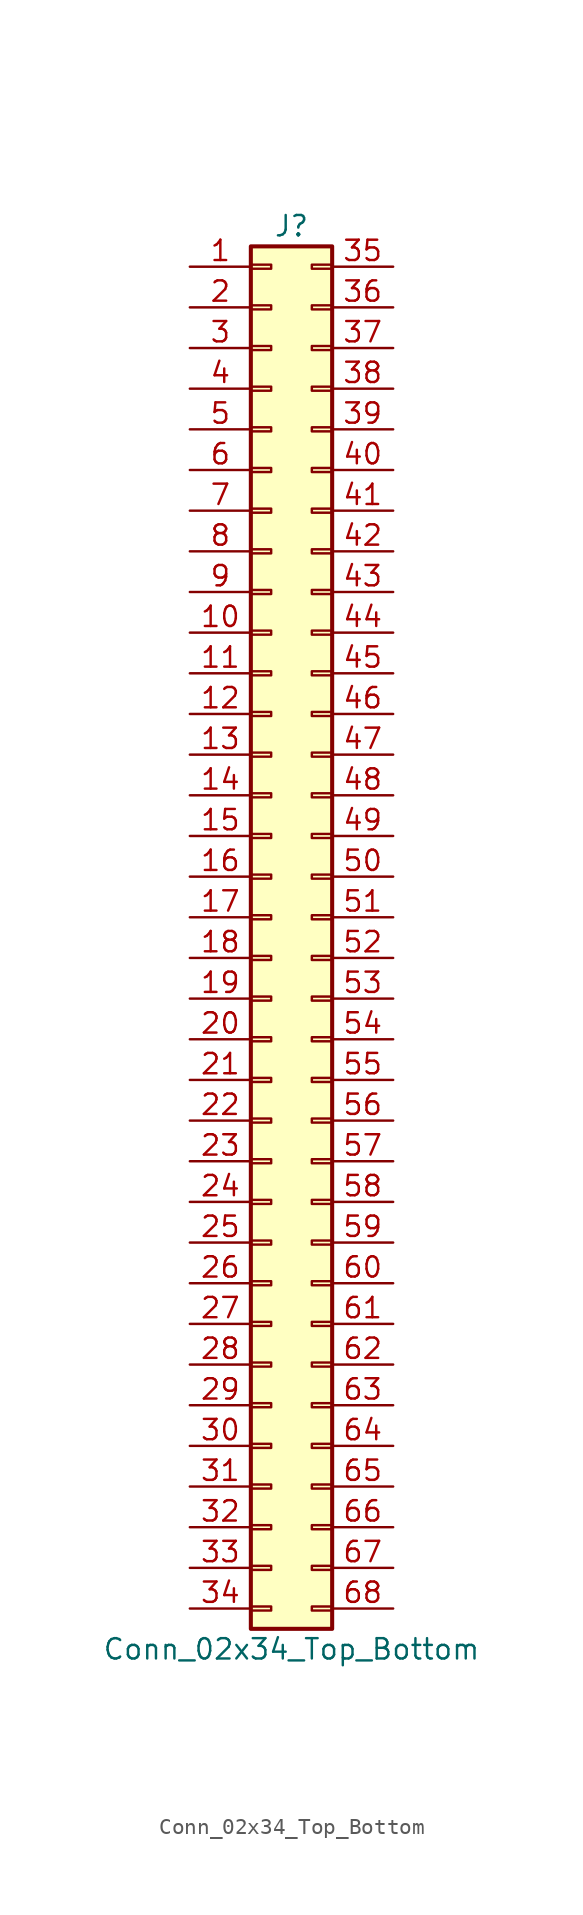
<source format=kicad_sym>
(kicad_symbol_lib
  (version 20201005)
  (generator kicad_symbol_editor)
  (symbol "Conn_02x34_Top_Bottom"
    (pin_names
      (offset 1.016) hide)
    (property "Reference" "J"
      (at 1.27 43.18 0)
      (effects (font (size 1.27 1.27))))
    (property "Value" "Conn_02x34_Top_Bottom"
      (at 1.27 -45.72 0)
      (effects (font (size 1.27 1.27))))
    (symbol "Conn_02x34_Top_Bottom_1_1"
      (rectangle (start -1.27 -43.053) (end 0 -43.307) (stroke (width 0.152)) (fill (type none)))
      (rectangle (start -1.27 -40.513) (end 0 -40.767) (stroke (width 0.152)) (fill (type none)))
      (rectangle (start -1.27 -37.973) (end 0 -38.227) (stroke (width 0.152)) (fill (type none)))
      (rectangle (start -1.27 -35.433) (end 0 -35.687) (stroke (width 0.152)) (fill (type none)))
      (rectangle (start -1.27 -32.893) (end 0 -33.147) (stroke (width 0.152)) (fill (type none)))
      (rectangle (start -1.27 -30.353) (end 0 -30.607) (stroke (width 0.152)) (fill (type none)))
      (rectangle (start -1.27 -27.813) (end 0 -28.067) (stroke (width 0.152)) (fill (type none)))
      (rectangle (start -1.27 -25.273) (end 0 -25.527) (stroke (width 0.152)) (fill (type none)))
      (rectangle (start -1.27 -22.733) (end 0 -22.987) (stroke (width 0.152)) (fill (type none)))
      (rectangle (start -1.27 -20.193) (end 0 -20.447) (stroke (width 0.152)) (fill (type none)))
      (rectangle (start -1.27 -17.653) (end 0 -17.907) (stroke (width 0.152)) (fill (type none)))
      (rectangle (start -1.27 -15.113) (end 0 -15.367) (stroke (width 0.152)) (fill (type none)))
      (rectangle (start -1.27 -12.573) (end 0 -12.827) (stroke (width 0.152)) (fill (type none)))
      (rectangle (start -1.27 -10.033) (end 0 -10.287) (stroke (width 0.152)) (fill (type none)))
      (rectangle (start -1.27 -7.493) (end 0 -7.747) (stroke (width 0.152)) (fill (type none)))
      (rectangle (start -1.27 -4.953) (end 0 -5.207) (stroke (width 0.152)) (fill (type none)))
      (rectangle (start -1.27 -2.413) (end 0 -2.667) (stroke (width 0.152)) (fill (type none)))
      (rectangle (start -1.27 0.127) (end 0 -0.127) (stroke (width 0.152)) (fill (type none)))
      (rectangle (start -1.27 2.667) (end 0 2.413) (stroke (width 0.152)) (fill (type none)))
      (rectangle (start -1.27 5.207) (end 0 4.953) (stroke (width 0.152)) (fill (type none)))
      (rectangle (start -1.27 7.747) (end 0 7.493) (stroke (width 0.152)) (fill (type none)))
      (rectangle (start -1.27 10.287) (end 0 10.033) (stroke (width 0.152)) (fill (type none)))
      (rectangle (start -1.27 12.827) (end 0 12.573) (stroke (width 0.152)) (fill (type none)))
      (rectangle (start -1.27 15.367) (end 0 15.113) (stroke (width 0.152)) (fill (type none)))
      (rectangle (start -1.27 17.907) (end 0 17.653) (stroke (width 0.152)) (fill (type none)))
      (rectangle (start -1.27 20.447) (end 0 20.193) (stroke (width 0.152)) (fill (type none)))
      (rectangle (start -1.27 22.987) (end 0 22.733) (stroke (width 0.152)) (fill (type none)))
      (rectangle (start -1.27 25.527) (end 0 25.273) (stroke (width 0.152)) (fill (type none)))
      (rectangle (start -1.27 28.067) (end 0 27.813) (stroke (width 0.152)) (fill (type none)))
      (rectangle (start -1.27 30.607) (end 0 30.353) (stroke (width 0.152)) (fill (type none)))
      (rectangle (start -1.27 33.147) (end 0 32.893) (stroke (width 0.152)) (fill (type none)))
      (rectangle (start -1.27 35.687) (end 0 35.433) (stroke (width 0.152)) (fill (type none)))
      (rectangle (start -1.27 38.227) (end 0 37.973) (stroke (width 0.152)) (fill (type none)))
      (rectangle (start -1.27 40.767) (end 0 40.513) (stroke (width 0.152)) (fill (type none)))
      (rectangle (start -1.27 41.91) (end 3.81 -44.45) (stroke (width 0.254)) (fill (type background)))
      (rectangle (start 3.81 -43.053) (end 2.54 -43.307) (stroke (width 0.152)) (fill (type none)))
      (rectangle (start 3.81 -40.513) (end 2.54 -40.767) (stroke (width 0.152)) (fill (type none)))
      (rectangle (start 3.81 -37.973) (end 2.54 -38.227) (stroke (width 0.152)) (fill (type none)))
      (rectangle (start 3.81 -35.433) (end 2.54 -35.687) (stroke (width 0.152)) (fill (type none)))
      (rectangle (start 3.81 -32.893) (end 2.54 -33.147) (stroke (width 0.152)) (fill (type none)))
      (rectangle (start 3.81 -30.353) (end 2.54 -30.607) (stroke (width 0.152)) (fill (type none)))
      (rectangle (start 3.81 -27.813) (end 2.54 -28.067) (stroke (width 0.152)) (fill (type none)))
      (rectangle (start 3.81 -25.273) (end 2.54 -25.527) (stroke (width 0.152)) (fill (type none)))
      (rectangle (start 3.81 -22.733) (end 2.54 -22.987) (stroke (width 0.152)) (fill (type none)))
      (rectangle (start 3.81 -20.193) (end 2.54 -20.447) (stroke (width 0.152)) (fill (type none)))
      (rectangle (start 3.81 -17.653) (end 2.54 -17.907) (stroke (width 0.152)) (fill (type none)))
      (rectangle (start 3.81 -15.113) (end 2.54 -15.367) (stroke (width 0.152)) (fill (type none)))
      (rectangle (start 3.81 -12.573) (end 2.54 -12.827) (stroke (width 0.152)) (fill (type none)))
      (rectangle (start 3.81 -10.033) (end 2.54 -10.287) (stroke (width 0.152)) (fill (type none)))
      (rectangle (start 3.81 -7.493) (end 2.54 -7.747) (stroke (width 0.152)) (fill (type none)))
      (rectangle (start 3.81 -4.953) (end 2.54 -5.207) (stroke (width 0.152)) (fill (type none)))
      (rectangle (start 3.81 -2.413) (end 2.54 -2.667) (stroke (width 0.152)) (fill (type none)))
      (rectangle (start 3.81 0.127) (end 2.54 -0.127) (stroke (width 0.152)) (fill (type none)))
      (rectangle (start 3.81 2.667) (end 2.54 2.413) (stroke (width 0.152)) (fill (type none)))
      (rectangle (start 3.81 5.207) (end 2.54 4.953) (stroke (width 0.152)) (fill (type none)))
      (rectangle (start 3.81 7.747) (end 2.54 7.493) (stroke (width 0.152)) (fill (type none)))
      (rectangle (start 3.81 10.287) (end 2.54 10.033) (stroke (width 0.152)) (fill (type none)))
      (rectangle (start 3.81 12.827) (end 2.54 12.573) (stroke (width 0.152)) (fill (type none)))
      (rectangle (start 3.81 15.367) (end 2.54 15.113) (stroke (width 0.152)) (fill (type none)))
      (rectangle (start 3.81 17.907) (end 2.54 17.653) (stroke (width 0.152)) (fill (type none)))
      (rectangle (start 3.81 20.447) (end 2.54 20.193) (stroke (width 0.152)) (fill (type none)))
      (rectangle (start 3.81 22.987) (end 2.54 22.733) (stroke (width 0.152)) (fill (type none)))
      (rectangle (start 3.81 25.527) (end 2.54 25.273) (stroke (width 0.152)) (fill (type none)))
      (rectangle (start 3.81 28.067) (end 2.54 27.813) (stroke (width 0.152)) (fill (type none)))
      (rectangle (start 3.81 30.607) (end 2.54 30.353) (stroke (width 0.152)) (fill (type none)))
      (rectangle (start 3.81 33.147) (end 2.54 32.893) (stroke (width 0.152)) (fill (type none)))
      (rectangle (start 3.81 35.687) (end 2.54 35.433) (stroke (width 0.152)) (fill (type none)))
      (rectangle (start 3.81 38.227) (end 2.54 37.973) (stroke (width 0.152)) (fill (type none)))
      (rectangle (start 3.81 40.767) (end 2.54 40.513) (stroke (width 0.152)) (fill (type none)))
      (pin passive line (at -5.08 40.64 0) (length 3.81) (name "Pin_1" (effects (font (size 1.27 1.27)))) (number "1" (effects (font (size 1.27 1.27)))))
      (pin passive line (at -5.08 17.78 0) (length 3.81) (name "Pin_10" (effects (font (size 1.27 1.27)))) (number "10" (effects (font (size 1.27 1.27)))))
      (pin passive line (at -5.08 15.24 0) (length 3.81) (name "Pin_11" (effects (font (size 1.27 1.27)))) (number "11" (effects (font (size 1.27 1.27)))))
      (pin passive line (at -5.08 12.7 0) (length 3.81) (name "Pin_12" (effects (font (size 1.27 1.27)))) (number "12" (effects (font (size 1.27 1.27)))))
      (pin passive line (at -5.08 10.16 0) (length 3.81) (name "Pin_13" (effects (font (size 1.27 1.27)))) (number "13" (effects (font (size 1.27 1.27)))))
      (pin passive line (at -5.08 7.62 0) (length 3.81) (name "Pin_14" (effects (font (size 1.27 1.27)))) (number "14" (effects (font (size 1.27 1.27)))))
      (pin passive line (at -5.08 5.08 0) (length 3.81) (name "Pin_15" (effects (font (size 1.27 1.27)))) (number "15" (effects (font (size 1.27 1.27)))))
      (pin passive line (at -5.08 2.54 0) (length 3.81) (name "Pin_16" (effects (font (size 1.27 1.27)))) (number "16" (effects (font (size 1.27 1.27)))))
      (pin passive line (at -5.08 0 0) (length 3.81) (name "Pin_17" (effects (font (size 1.27 1.27)))) (number "17" (effects (font (size 1.27 1.27)))))
      (pin passive line (at -5.08 -2.54 0) (length 3.81) (name "Pin_18" (effects (font (size 1.27 1.27)))) (number "18" (effects (font (size 1.27 1.27)))))
      (pin passive line (at -5.08 -5.08 0) (length 3.81) (name "Pin_19" (effects (font (size 1.27 1.27)))) (number "19" (effects (font (size 1.27 1.27)))))
      (pin passive line (at -5.08 38.1 0) (length 3.81) (name "Pin_2" (effects (font (size 1.27 1.27)))) (number "2" (effects (font (size 1.27 1.27)))))
      (pin passive line (at -5.08 -7.62 0) (length 3.81) (name "Pin_20" (effects (font (size 1.27 1.27)))) (number "20" (effects (font (size 1.27 1.27)))))
      (pin passive line (at -5.08 -10.16 0) (length 3.81) (name "Pin_21" (effects (font (size 1.27 1.27)))) (number "21" (effects (font (size 1.27 1.27)))))
      (pin passive line (at -5.08 -12.7 0) (length 3.81) (name "Pin_22" (effects (font (size 1.27 1.27)))) (number "22" (effects (font (size 1.27 1.27)))))
      (pin passive line (at -5.08 -15.24 0) (length 3.81) (name "Pin_23" (effects (font (size 1.27 1.27)))) (number "23" (effects (font (size 1.27 1.27)))))
      (pin passive line (at -5.08 -17.78 0) (length 3.81) (name "Pin_24" (effects (font (size 1.27 1.27)))) (number "24" (effects (font (size 1.27 1.27)))))
      (pin passive line (at -5.08 -20.32 0) (length 3.81) (name "Pin_25" (effects (font (size 1.27 1.27)))) (number "25" (effects (font (size 1.27 1.27)))))
      (pin passive line (at -5.08 -22.86 0) (length 3.81) (name "Pin_26" (effects (font (size 1.27 1.27)))) (number "26" (effects (font (size 1.27 1.27)))))
      (pin passive line (at -5.08 -25.4 0) (length 3.81) (name "Pin_27" (effects (font (size 1.27 1.27)))) (number "27" (effects (font (size 1.27 1.27)))))
      (pin passive line (at -5.08 -27.94 0) (length 3.81) (name "Pin_28" (effects (font (size 1.27 1.27)))) (number "28" (effects (font (size 1.27 1.27)))))
      (pin passive line (at -5.08 -30.48 0) (length 3.81) (name "Pin_29" (effects (font (size 1.27 1.27)))) (number "29" (effects (font (size 1.27 1.27)))))
      (pin passive line (at -5.08 35.56 0) (length 3.81) (name "Pin_3" (effects (font (size 1.27 1.27)))) (number "3" (effects (font (size 1.27 1.27)))))
      (pin passive line (at -5.08 -33.02 0) (length 3.81) (name "Pin_30" (effects (font (size 1.27 1.27)))) (number "30" (effects (font (size 1.27 1.27)))))
      (pin passive line (at -5.08 -35.56 0) (length 3.81) (name "Pin_31" (effects (font (size 1.27 1.27)))) (number "31" (effects (font (size 1.27 1.27)))))
      (pin passive line (at -5.08 -38.1 0) (length 3.81) (name "Pin_32" (effects (font (size 1.27 1.27)))) (number "32" (effects (font (size 1.27 1.27)))))
      (pin passive line (at -5.08 -40.64 0) (length 3.81) (name "Pin_33" (effects (font (size 1.27 1.27)))) (number "33" (effects (font (size 1.27 1.27)))))
      (pin passive line (at -5.08 -43.18 0) (length 3.81) (name "Pin_34" (effects (font (size 1.27 1.27)))) (number "34" (effects (font (size 1.27 1.27)))))
      (pin passive line (at 7.62 40.64 180) (length 3.81) (name "Pin_35" (effects (font (size 1.27 1.27)))) (number "35" (effects (font (size 1.27 1.27)))))
      (pin passive line (at 7.62 38.1 180) (length 3.81) (name "Pin_36" (effects (font (size 1.27 1.27)))) (number "36" (effects (font (size 1.27 1.27)))))
      (pin passive line (at 7.62 35.56 180) (length 3.81) (name "Pin_37" (effects (font (size 1.27 1.27)))) (number "37" (effects (font (size 1.27 1.27)))))
      (pin passive line (at 7.62 33.02 180) (length 3.81) (name "Pin_38" (effects (font (size 1.27 1.27)))) (number "38" (effects (font (size 1.27 1.27)))))
      (pin passive line (at 7.62 30.48 180) (length 3.81) (name "Pin_39" (effects (font (size 1.27 1.27)))) (number "39" (effects (font (size 1.27 1.27)))))
      (pin passive line (at -5.08 33.02 0) (length 3.81) (name "Pin_4" (effects (font (size 1.27 1.27)))) (number "4" (effects (font (size 1.27 1.27)))))
      (pin passive line (at 7.62 27.94 180) (length 3.81) (name "Pin_40" (effects (font (size 1.27 1.27)))) (number "40" (effects (font (size 1.27 1.27)))))
      (pin passive line (at 7.62 25.4 180) (length 3.81) (name "Pin_41" (effects (font (size 1.27 1.27)))) (number "41" (effects (font (size 1.27 1.27)))))
      (pin passive line (at 7.62 22.86 180) (length 3.81) (name "Pin_42" (effects (font (size 1.27 1.27)))) (number "42" (effects (font (size 1.27 1.27)))))
      (pin passive line (at 7.62 20.32 180) (length 3.81) (name "Pin_43" (effects (font (size 1.27 1.27)))) (number "43" (effects (font (size 1.27 1.27)))))
      (pin passive line (at 7.62 17.78 180) (length 3.81) (name "Pin_44" (effects (font (size 1.27 1.27)))) (number "44" (effects (font (size 1.27 1.27)))))
      (pin passive line (at 7.62 15.24 180) (length 3.81) (name "Pin_45" (effects (font (size 1.27 1.27)))) (number "45" (effects (font (size 1.27 1.27)))))
      (pin passive line (at 7.62 12.7 180) (length 3.81) (name "Pin_46" (effects (font (size 1.27 1.27)))) (number "46" (effects (font (size 1.27 1.27)))))
      (pin passive line (at 7.62 10.16 180) (length 3.81) (name "Pin_47" (effects (font (size 1.27 1.27)))) (number "47" (effects (font (size 1.27 1.27)))))
      (pin passive line (at 7.62 7.62 180) (length 3.81) (name "Pin_48" (effects (font (size 1.27 1.27)))) (number "48" (effects (font (size 1.27 1.27)))))
      (pin passive line (at 7.62 5.08 180) (length 3.81) (name "Pin_49" (effects (font (size 1.27 1.27)))) (number "49" (effects (font (size 1.27 1.27)))))
      (pin passive line (at -5.08 30.48 0) (length 3.81) (name "Pin_5" (effects (font (size 1.27 1.27)))) (number "5" (effects (font (size 1.27 1.27)))))
      (pin passive line (at 7.62 2.54 180) (length 3.81) (name "Pin_50" (effects (font (size 1.27 1.27)))) (number "50" (effects (font (size 1.27 1.27)))))
      (pin passive line (at 7.62 0 180) (length 3.81) (name "Pin_51" (effects (font (size 1.27 1.27)))) (number "51" (effects (font (size 1.27 1.27)))))
      (pin passive line (at 7.62 -2.54 180) (length 3.81) (name "Pin_52" (effects (font (size 1.27 1.27)))) (number "52" (effects (font (size 1.27 1.27)))))
      (pin passive line (at 7.62 -5.08 180) (length 3.81) (name "Pin_53" (effects (font (size 1.27 1.27)))) (number "53" (effects (font (size 1.27 1.27)))))
      (pin passive line (at 7.62 -7.62 180) (length 3.81) (name "Pin_54" (effects (font (size 1.27 1.27)))) (number "54" (effects (font (size 1.27 1.27)))))
      (pin passive line (at 7.62 -10.16 180) (length 3.81) (name "Pin_55" (effects (font (size 1.27 1.27)))) (number "55" (effects (font (size 1.27 1.27)))))
      (pin passive line (at 7.62 -12.7 180) (length 3.81) (name "Pin_56" (effects (font (size 1.27 1.27)))) (number "56" (effects (font (size 1.27 1.27)))))
      (pin passive line (at 7.62 -15.24 180) (length 3.81) (name "Pin_57" (effects (font (size 1.27 1.27)))) (number "57" (effects (font (size 1.27 1.27)))))
      (pin passive line (at 7.62 -17.78 180) (length 3.81) (name "Pin_58" (effects (font (size 1.27 1.27)))) (number "58" (effects (font (size 1.27 1.27)))))
      (pin passive line (at 7.62 -20.32 180) (length 3.81) (name "Pin_59" (effects (font (size 1.27 1.27)))) (number "59" (effects (font (size 1.27 1.27)))))
      (pin passive line (at -5.08 27.94 0) (length 3.81) (name "Pin_6" (effects (font (size 1.27 1.27)))) (number "6" (effects (font (size 1.27 1.27)))))
      (pin passive line (at 7.62 -22.86 180) (length 3.81) (name "Pin_60" (effects (font (size 1.27 1.27)))) (number "60" (effects (font (size 1.27 1.27)))))
      (pin passive line (at 7.62 -25.4 180) (length 3.81) (name "Pin_61" (effects (font (size 1.27 1.27)))) (number "61" (effects (font (size 1.27 1.27)))))
      (pin passive line (at 7.62 -27.94 180) (length 3.81) (name "Pin_62" (effects (font (size 1.27 1.27)))) (number "62" (effects (font (size 1.27 1.27)))))
      (pin passive line (at 7.62 -30.48 180) (length 3.81) (name "Pin_63" (effects (font (size 1.27 1.27)))) (number "63" (effects (font (size 1.27 1.27)))))
      (pin passive line (at 7.62 -33.02 180) (length 3.81) (name "Pin_64" (effects (font (size 1.27 1.27)))) (number "64" (effects (font (size 1.27 1.27)))))
      (pin passive line (at 7.62 -35.56 180) (length 3.81) (name "Pin_65" (effects (font (size 1.27 1.27)))) (number "65" (effects (font (size 1.27 1.27)))))
      (pin passive line (at 7.62 -38.1 180) (length 3.81) (name "Pin_66" (effects (font (size 1.27 1.27)))) (number "66" (effects (font (size 1.27 1.27)))))
      (pin passive line (at 7.62 -40.64 180) (length 3.81) (name "Pin_67" (effects (font (size 1.27 1.27)))) (number "67" (effects (font (size 1.27 1.27)))))
      (pin passive line (at 7.62 -43.18 180) (length 3.81) (name "Pin_68" (effects (font (size 1.27 1.27)))) (number "68" (effects (font (size 1.27 1.27)))))
      (pin passive line (at -5.08 25.4 0) (length 3.81) (name "Pin_7" (effects (font (size 1.27 1.27)))) (number "7" (effects (font (size 1.27 1.27)))))
      (pin passive line (at -5.08 22.86 0) (length 3.81) (name "Pin_8" (effects (font (size 1.27 1.27)))) (number "8" (effects (font (size 1.27 1.27)))))
      (pin passive line (at -5.08 20.32 0) (length 3.81) (name "Pin_9" (effects (font (size 1.27 1.27)))) (number "9" (effects (font (size 1.27 1.27))))))))
</source>
